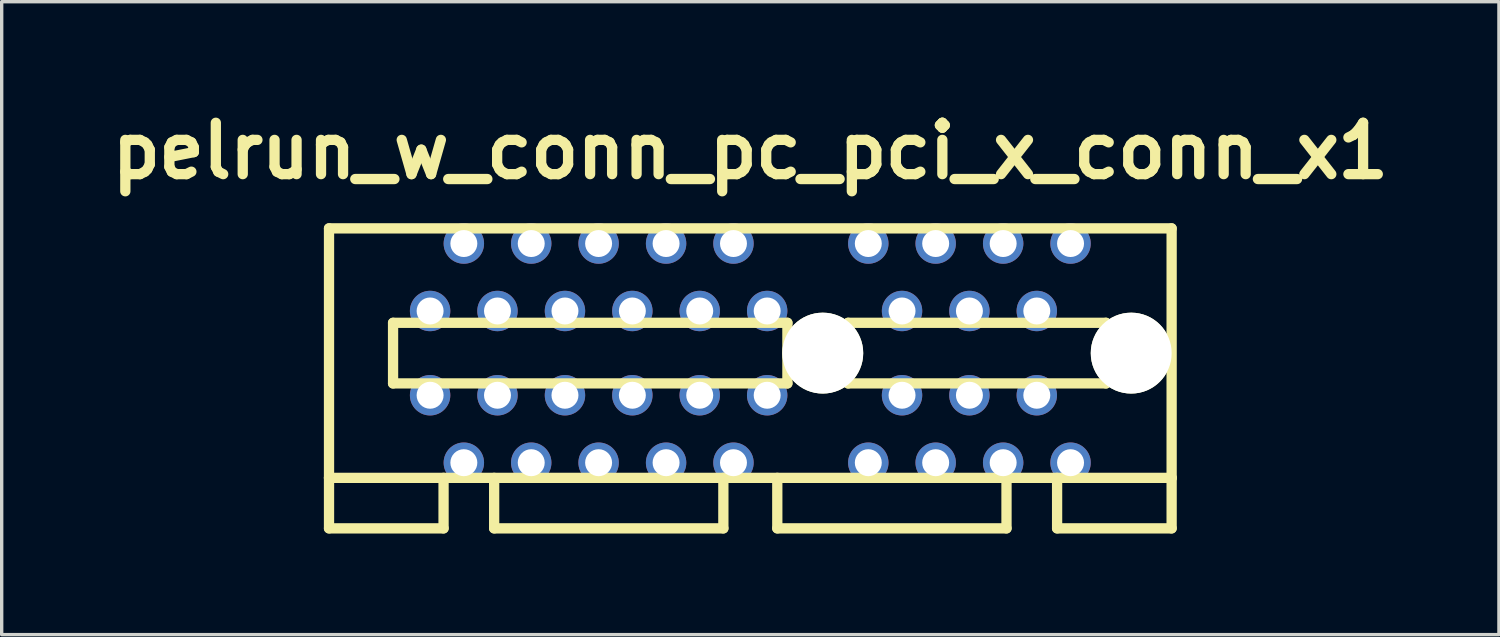
<source format=kicad_pcb>
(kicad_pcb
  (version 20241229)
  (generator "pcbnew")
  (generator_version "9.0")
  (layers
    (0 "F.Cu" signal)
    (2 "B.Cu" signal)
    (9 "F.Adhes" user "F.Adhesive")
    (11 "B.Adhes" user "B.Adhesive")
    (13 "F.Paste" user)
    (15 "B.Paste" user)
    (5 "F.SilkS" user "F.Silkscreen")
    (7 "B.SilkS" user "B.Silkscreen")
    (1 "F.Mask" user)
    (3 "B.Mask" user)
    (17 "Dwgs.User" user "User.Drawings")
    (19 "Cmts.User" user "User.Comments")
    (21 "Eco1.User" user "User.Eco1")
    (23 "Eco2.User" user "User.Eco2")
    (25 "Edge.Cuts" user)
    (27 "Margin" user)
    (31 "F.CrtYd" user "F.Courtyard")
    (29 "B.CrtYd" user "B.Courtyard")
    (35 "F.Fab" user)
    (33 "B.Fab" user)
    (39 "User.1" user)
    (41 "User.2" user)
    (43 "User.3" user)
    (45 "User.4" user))
  (footprint "pelrun_w_conn_pc_pci_x_conn_x1"
    (layer "F.Cu")
    (at 19.21 7.426)
    (property "Reference" "pelrun_w_conn_pc_pci_x_conn_x1" (at 0 -5.999 0) (layer "F.SilkS") (effects (font (size 1.524 1.524) (thickness 0.305))))
    (attr through_hole)
    (fp_line (start -12.499 -3.701) (end -12.499 3.701) (stroke (width 0.305) (type solid)) (layer "F.SilkS"))
    (fp_line (start -12.499 3.701) (end -12.499 5.199) (stroke (width 0.305) (type solid)) (layer "F.SilkS"))
    (fp_line (start -12.499 3.701) (end 12.499 3.701) (stroke (width 0.305) (type solid)) (layer "F.SilkS"))
    (fp_line (start -12.499 5.199) (end -9.101 5.199) (stroke (width 0.305) (type solid)) (layer "F.SilkS"))
    (fp_line (start -10.599 -0.899) (end -10.599 0.899) (stroke (width 0.305) (type solid)) (layer "F.SilkS"))
    (fp_line (start -9.101 5.199) (end -9.101 3.701) (stroke (width 0.305) (type solid)) (layer "F.SilkS"))
    (fp_line (start -7.6 3.701) (end -7.6 5.199) (stroke (width 0.305) (type solid)) (layer "F.SilkS"))
    (fp_line (start -7.6 5.199) (end -0.8 5.199) (stroke (width 0.305) (type solid)) (layer "F.SilkS"))
    (fp_line (start -0.8 5.199) (end -0.8 3.701) (stroke (width 0.305) (type solid)) (layer "F.SilkS"))
    (fp_line (start 0.8 3.701) (end 0.8 5.199) (stroke (width 0.305) (type solid)) (layer "F.SilkS"))
    (fp_line (start 0.8 5.199) (end 7.6 5.199) (stroke (width 0.305) (type solid)) (layer "F.SilkS"))
    (fp_line (start 1.1 -0.899) (end -10.599 -0.899) (stroke (width 0.305) (type solid)) (layer "F.SilkS"))
    (fp_line (start 1.1 0.899) (end -10.599 0.899) (stroke (width 0.305) (type solid)) (layer "F.SilkS"))
    (fp_line (start 1.1 0.899) (end 1.1 -0.899) (stroke (width 0.305) (type solid)) (layer "F.SilkS"))
    (fp_line (start 2.901 -0.899) (end 10.551 -0.899) (stroke (width 0.305) (type solid)) (layer "F.SilkS"))
    (fp_line (start 2.901 0.899) (end 2.901 -0.899) (stroke (width 0.305) (type solid)) (layer "F.SilkS"))
    (fp_line (start 7.6 5.199) (end 7.6 3.701) (stroke (width 0.305) (type solid)) (layer "F.SilkS"))
    (fp_line (start 9.101 3.701) (end 9.101 5.199) (stroke (width 0.305) (type solid)) (layer "F.SilkS"))
    (fp_line (start 9.101 5.199) (end 12.499 5.199) (stroke (width 0.305) (type solid)) (layer "F.SilkS"))
    (fp_line (start 10.551 -0.899) (end 10.551 0.899) (stroke (width 0.305) (type solid)) (layer "F.SilkS"))
    (fp_line (start 10.551 0.899) (end 2.901 0.899) (stroke (width 0.305) (type solid)) (layer "F.SilkS"))
    (fp_line (start 12.499 -3.701) (end -12.499 -3.701) (stroke (width 0.305) (type solid)) (layer "F.SilkS"))
    (fp_line (start 12.499 3.701) (end 12.499 -3.701) (stroke (width 0.305) (type solid)) (layer "F.SilkS"))
    (fp_line (start 12.499 5.199) (end 12.499 3.701) (stroke (width 0.305) (type solid)) (layer "F.SilkS"))
    (pad "" np_thru_hole circle (at 2.149 0) (size 2.4 2.4) (drill 2.4) (layers "*.Cu" "F.SilkS"))
    (pad "" np_thru_hole circle (at 11.3 0) (size 2.4 2.4) (drill 2.4) (layers "*.Cu" "F.SilkS"))
    (pad "A1" thru_hole circle (at -9.5 -1.25) (size 1.199 1.199) (drill 0.8) (layers "*.Cu" "*.Mask"))
    (pad "A2" thru_hole circle (at -8.499 -3.251) (size 1.199 1.199) (drill 0.8) (layers "*.Cu" "*.Mask"))
    (pad "A3" thru_hole circle (at -7.501 -1.25) (size 1.199 1.199) (drill 0.8) (layers "*.Cu" "*.Mask"))
    (pad "A4" thru_hole circle (at -6.5 -3.251) (size 1.199 1.199) (drill 0.8) (layers "*.Cu" "*.Mask"))
    (pad "A5" thru_hole circle (at -5.499 -1.25) (size 1.199 1.199) (drill 0.8) (layers "*.Cu" "*.Mask"))
    (pad "A6" thru_hole circle (at -4.501 -3.251) (size 1.199 1.199) (drill 0.8) (layers "*.Cu" "*.Mask"))
    (pad "A7" thru_hole circle (at -3.5 -1.25) (size 1.199 1.199) (drill 0.8) (layers "*.Cu" "*.Mask"))
    (pad "A8" thru_hole circle (at -2.499 -3.251) (size 1.199 1.199) (drill 0.8) (layers "*.Cu" "*.Mask"))
    (pad "A9" thru_hole circle (at -1.501 -1.25) (size 1.199 1.199) (drill 0.8) (layers "*.Cu" "*.Mask"))
    (pad "A10" thru_hole circle (at -0.5 -3.251) (size 1.199 1.199) (drill 0.8) (layers "*.Cu" "*.Mask"))
    (pad "A11" thru_hole circle (at 0.5 -1.25) (size 1.199 1.199) (drill 0.8) (layers "*.Cu" "*.Mask"))
    (pad "A12" thru_hole circle (at 3.5 -3.251) (size 1.199 1.199) (drill 0.8) (layers "*.Cu" "*.Mask"))
    (pad "A13" thru_hole circle (at 4.501 -1.25) (size 1.199 1.199) (drill 0.8) (layers "*.Cu" "*.Mask"))
    (pad "A14" thru_hole circle (at 5.499 -3.251) (size 1.199 1.199) (drill 0.8) (layers "*.Cu" "*.Mask"))
    (pad "A15" thru_hole circle (at 6.5 -1.25) (size 1.199 1.199) (drill 0.8) (layers "*.Cu" "*.Mask"))
    (pad "A16" thru_hole circle (at 7.501 -3.251) (size 1.199 1.199) (drill 0.8) (layers "*.Cu" "*.Mask"))
    (pad "A17" thru_hole circle (at 8.499 -1.25) (size 1.199 1.199) (drill 0.8) (layers "*.Cu" "*.Mask"))
    (pad "A18" thru_hole circle (at 9.5 -3.251) (size 1.199 1.199) (drill 0.8) (layers "*.Cu" "*.Mask"))
    (pad "B1" thru_hole circle (at -9.5 1.25) (size 1.199 1.199) (drill 0.8) (layers "*.Cu" "*.Mask"))
    (pad "B2" thru_hole circle (at -8.499 3.251) (size 1.199 1.199) (drill 0.8) (layers "*.Cu" "*.Mask"))
    (pad "B3" thru_hole circle (at -7.501 1.25) (size 1.199 1.199) (drill 0.8) (layers "*.Cu" "*.Mask"))
    (pad "B4" thru_hole circle (at -6.5 3.251) (size 1.199 1.199) (drill 0.8) (layers "*.Cu" "*.Mask"))
    (pad "B5" thru_hole circle (at -5.499 1.25) (size 1.199 1.199) (drill 0.8) (layers "*.Cu" "*.Mask"))
    (pad "B6" thru_hole circle (at -4.501 3.251) (size 1.199 1.199) (drill 0.8) (layers "*.Cu" "*.Mask"))
    (pad "B7" thru_hole circle (at -3.5 1.25) (size 1.199 1.199) (drill 0.8) (layers "*.Cu" "*.Mask"))
    (pad "B8" thru_hole circle (at -2.499 3.251) (size 1.199 1.199) (drill 0.8) (layers "*.Cu" "*.Mask"))
    (pad "B9" thru_hole circle (at -1.501 1.25) (size 1.199 1.199) (drill 0.8) (layers "*.Cu" "*.Mask"))
    (pad "B10" thru_hole circle (at -0.5 3.251) (size 1.199 1.199) (drill 0.8) (layers "*.Cu" "*.Mask"))
    (pad "B11" thru_hole circle (at 0.5 1.25) (size 1.199 1.199) (drill 0.8) (layers "*.Cu" "*.Mask"))
    (pad "B12" thru_hole circle (at 3.5 3.251) (size 1.199 1.199) (drill 0.8) (layers "*.Cu" "*.Mask"))
    (pad "B13" thru_hole circle (at 4.501 1.25) (size 1.199 1.199) (drill 0.8) (layers "*.Cu" "*.Mask"))
    (pad "B14" thru_hole circle (at 5.499 3.251) (size 1.199 1.199) (drill 0.8) (layers "*.Cu" "*.Mask"))
    (pad "B15" thru_hole circle (at 6.5 1.25) (size 1.199 1.199) (drill 0.8) (layers "*.Cu" "*.Mask"))
    (pad "B16" thru_hole circle (at 7.501 3.251) (size 1.199 1.199) (drill 0.8) (layers "*.Cu" "*.Mask"))
    (pad "B17" thru_hole circle (at 8.499 1.25) (size 1.199 1.199) (drill 0.8) (layers "*.Cu" "*.Mask"))
    (pad "B18" thru_hole circle (at 9.5 3.251) (size 1.199 1.199) (drill 0.8) (layers "*.Cu" "*.Mask")))
  (gr_rect
    (start -3 -3)
    (end 41.419 15.778)
    (stroke (width 0.1) (type default))
    (fill no)
    (layer "Edge.Cuts")))
</source>
